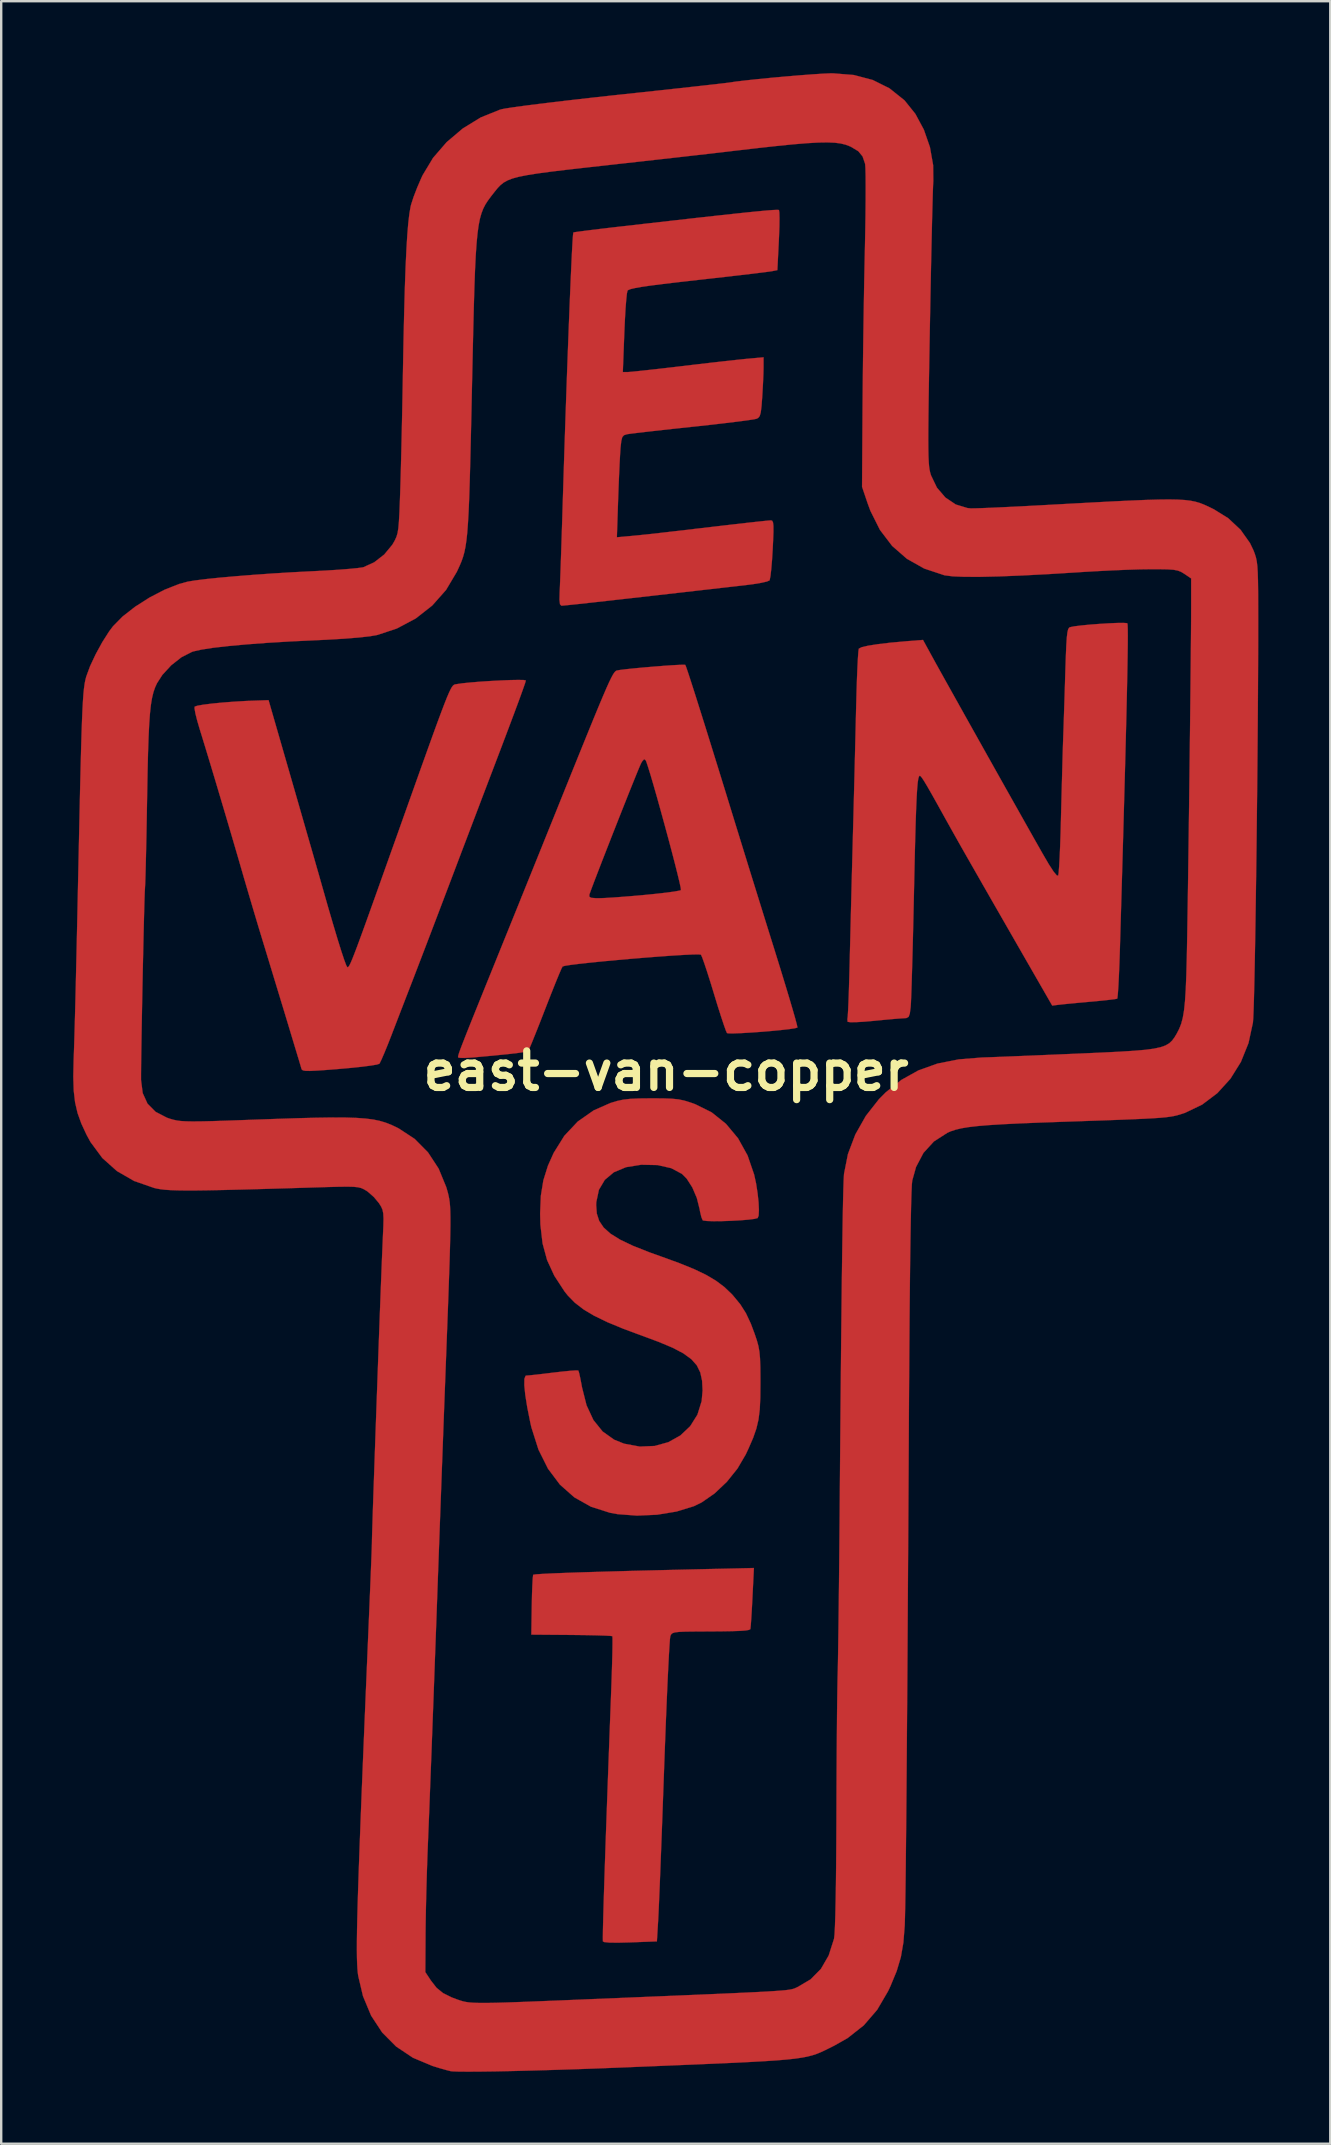
<source format=kicad_pcb>
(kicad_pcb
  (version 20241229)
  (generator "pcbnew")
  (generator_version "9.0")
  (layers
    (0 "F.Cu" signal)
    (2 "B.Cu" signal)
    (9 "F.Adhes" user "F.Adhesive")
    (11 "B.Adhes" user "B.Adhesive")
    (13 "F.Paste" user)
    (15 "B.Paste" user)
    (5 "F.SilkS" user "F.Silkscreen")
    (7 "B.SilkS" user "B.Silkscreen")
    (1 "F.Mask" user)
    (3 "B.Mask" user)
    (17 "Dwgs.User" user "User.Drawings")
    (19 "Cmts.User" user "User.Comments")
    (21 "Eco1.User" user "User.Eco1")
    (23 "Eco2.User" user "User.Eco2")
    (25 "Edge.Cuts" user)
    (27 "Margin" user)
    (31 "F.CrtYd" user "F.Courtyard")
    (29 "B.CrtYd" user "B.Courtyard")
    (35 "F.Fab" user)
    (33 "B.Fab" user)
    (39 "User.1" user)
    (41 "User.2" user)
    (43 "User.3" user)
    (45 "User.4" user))
  (footprint "east-van-copper"
    (layer "F.Cu")
    (at 24.709 41.583)
    (property "Reference" "east-van-copper" (at 0 0 0) (layer "F.SilkS") (effects (font (size 1.524 1.524) (thickness 0.3))))
    (attr through_hole)
    (fp_poly (pts (xy 3.6 21.979) (xy 3.577 22.422) (xy 3.554 22.801) (xy 3.534 23.085) (xy 3.518 23.245) (xy 3.513 23.269) (xy 3.451 23.299) (xy 3.318 23.322) (xy 3.093 23.339) (xy 2.757 23.35) (xy 2.29 23.358) (xy 1.712 23.362) (xy 1.183 23.365) (xy 0.798 23.37) (xy 0.534 23.382) (xy 0.364 23.403) (xy 0.265 23.437) (xy 0.212 23.486) (xy 0.181 23.553) (xy 0.179 23.558) (xy 0.163 23.675) (xy 0.143 23.945) (xy 0.119 24.355) (xy 0.091 24.89) (xy 0.06 25.533) (xy 0.028 26.272) (xy -0.006 27.089) (xy -0.04 27.972) (xy -0.075 28.903) (xy -0.081 29.083) (xy -0.116 30.049) (xy -0.15 30.989) (xy -0.183 31.885) (xy -0.215 32.719) (xy -0.244 33.473) (xy -0.271 34.131) (xy -0.294 34.673) (xy -0.312 35.082) (xy -0.325 35.341) (xy -0.325 35.348) (xy -0.381 36.28) (xy -1.503 36.322) (xy -2.005 36.335) (xy -2.367 36.33) (xy -2.578 36.308) (xy -2.631 36.28) (xy -2.633 36.118) (xy -2.629 35.792) (xy -2.617 35.305) (xy -2.599 34.663) (xy -2.574 33.868) (xy -2.543 32.926) (xy -2.506 31.841) (xy -2.462 30.617) (xy -2.413 29.259) (xy -2.358 27.771) (xy -2.297 26.157) (xy -2.285 25.831) (xy -2.264 25.234) (xy -2.247 24.694) (xy -2.235 24.234) (xy -2.23 23.876) (xy -2.23 23.643) (xy -2.237 23.559) (xy -2.329 23.547) (xy -2.564 23.535) (xy -2.916 23.524) (xy -3.358 23.515) (xy -3.865 23.509) (xy -3.944 23.508) (xy -5.614 23.495) (xy -5.595 22.268) (xy -5.586 21.83) (xy -5.572 21.456) (xy -5.557 21.175) (xy -5.541 21.02) (xy -5.535 21) (xy -5.435 20.984) (xy -5.171 20.965) (xy -4.746 20.944) (xy -4.165 20.921) (xy -3.432 20.896) (xy -2.551 20.87) (xy -1.527 20.841) (xy -0.363 20.812) (xy 0.935 20.781) (xy 0.963 20.78) (xy 3.662 20.718) (xy 3.6 21.979)) (stroke (width 0.01) (type solid)) (fill yes) (layer "F.Cu"))
    (fp_poly (pts (xy -5.938 -16.291) (xy -5.844 -16.274) (xy -5.843 -16.271) (xy -5.874 -16.16) (xy -5.966 -15.896) (xy -6.116 -15.481) (xy -6.324 -14.92) (xy -6.588 -14.218) (xy -6.906 -13.377) (xy -7.196 -12.615) (xy -7.405 -12.068) (xy -7.659 -11.4) (xy -7.944 -10.649) (xy -8.246 -9.854) (xy -8.551 -9.052) (xy -8.843 -8.281) (xy -8.933 -8.043) (xy -9.206 -7.325) (xy -9.484 -6.593) (xy -9.756 -5.878) (xy -10.01 -5.213) (xy -10.234 -4.628) (xy -10.415 -4.156) (xy -10.483 -3.979) (xy -10.7 -3.418) (xy -10.94 -2.797) (xy -11.177 -2.182) (xy -11.385 -1.642) (xy -11.43 -1.524) (xy -11.592 -1.11) (xy -11.739 -0.751) (xy -11.857 -0.477) (xy -11.934 -0.32) (xy -11.949 -0.297) (xy -12.056 -0.263) (xy -12.303 -0.222) (xy -12.663 -0.175) (xy -13.108 -0.128) (xy -13.593 -0.084) (xy -14.147 -0.04) (xy -14.555 -0.012) (xy -14.84 0.001) (xy -15.024 -0.002) (xy -15.13 -0.021) (xy -15.18 -0.056) (xy -15.193 -0.084) (xy -15.23 -0.211) (xy -15.31 -0.478) (xy -15.426 -0.862) (xy -15.571 -1.341) (xy -15.737 -1.892) (xy -15.919 -2.493) (xy -16.11 -3.121) (xy -16.303 -3.755) (xy -16.49 -4.371) (xy -16.665 -4.947) (xy -16.809 -5.419) (xy -16.994 -6.028) (xy -17.198 -6.71) (xy -17.401 -7.397) (xy -17.584 -8.019) (xy -17.652 -8.255) (xy -17.857 -8.962) (xy -18.083 -9.733) (xy -18.32 -10.538) (xy -18.56 -11.346) (xy -18.793 -12.129) (xy -19.011 -12.854) (xy -19.205 -13.493) (xy -19.365 -14.015) (xy -19.43 -14.224) (xy -19.537 -14.589) (xy -19.614 -14.894) (xy -19.651 -15.104) (xy -19.646 -15.181) (xy -19.533 -15.22) (xy -19.282 -15.264) (xy -18.924 -15.309) (xy -18.491 -15.351) (xy -18.012 -15.388) (xy -17.521 -15.417) (xy -17.279 -15.427) (xy -16.566 -15.452) (xy -15.564 -11.98) (xy -15.342 -11.21) (xy -15.127 -10.463) (xy -14.925 -9.76) (xy -14.741 -9.123) (xy -14.584 -8.574) (xy -14.458 -8.135) (xy -14.371 -7.828) (xy -14.348 -7.747) (xy -14.103 -6.887) (xy -13.883 -6.135) (xy -13.693 -5.5) (xy -13.534 -4.991) (xy -13.41 -4.618) (xy -13.324 -4.391) (xy -13.279 -4.318) (xy -13.255 -4.325) (xy -13.226 -4.352) (xy -13.189 -4.411) (xy -13.139 -4.515) (xy -13.072 -4.673) (xy -12.984 -4.897) (xy -12.869 -5.199) (xy -12.725 -5.59) (xy -12.546 -6.082) (xy -12.329 -6.686) (xy -12.069 -7.413) (xy -11.762 -8.275) (xy -11.403 -9.283) (xy -11.331 -9.483) (xy -10.912 -10.661) (xy -10.546 -11.689) (xy -10.229 -12.579) (xy -9.956 -13.34) (xy -9.725 -13.982) (xy -9.531 -14.515) (xy -9.369 -14.95) (xy -9.237 -15.297) (xy -9.13 -15.566) (xy -9.044 -15.767) (xy -8.975 -15.91) (xy -8.92 -16.005) (xy -8.873 -16.064) (xy -8.831 -16.095) (xy -8.791 -16.109) (xy -8.748 -16.117) (xy -8.733 -16.119) (xy -8.488 -16.155) (xy -8.149 -16.189) (xy -7.747 -16.222) (xy -7.315 -16.25) (xy -6.886 -16.273) (xy -6.491 -16.289) (xy -6.164 -16.295) (xy -5.938 -16.291)) (stroke (width 0.01) (type solid)) (fill yes) (layer "F.Cu"))
    (fp_poly (pts (xy -0.113 1.146) (xy 0.242 1.159) (xy 0.519 1.187) (xy 0.763 1.238) (xy 1.018 1.317) (xy 1.216 1.388) (xy 1.899 1.727) (xy 2.498 2.206) (xy 3.002 2.81) (xy 3.399 3.526) (xy 3.673 4.324) (xy 3.754 4.697) (xy 3.815 5.092) (xy 3.856 5.472) (xy 3.871 5.798) (xy 3.859 6.031) (xy 3.819 6.133) (xy 3.686 6.168) (xy 3.432 6.2) (xy 3.095 6.227) (xy 2.714 6.248) (xy 2.331 6.261) (xy 1.982 6.264) (xy 1.709 6.256) (xy 1.55 6.236) (xy 1.527 6.224) (xy 1.473 6.093) (xy 1.418 5.864) (xy 1.399 5.757) (xy 1.283 5.295) (xy 1.095 4.855) (xy 0.861 4.49) (xy 0.666 4.294) (xy 0.216 4.054) (xy -0.352 3.925) (xy -1.024 3.911) (xy -1.041 3.912) (xy -1.668 4.013) (xy -2.174 4.224) (xy -2.551 4.539) (xy -2.798 4.956) (xy -2.907 5.469) (xy -2.912 5.596) (xy -2.886 5.944) (xy -2.787 6.251) (xy -2.601 6.527) (xy -2.314 6.785) (xy -1.912 7.035) (xy -1.382 7.288) (xy -0.707 7.556) (xy -0.207 7.735) (xy 0.55 8.01) (xy 1.168 8.261) (xy 1.669 8.501) (xy 2.08 8.744) (xy 2.426 9.004) (xy 2.73 9.293) (xy 2.8 9.37) (xy 3.096 9.73) (xy 3.331 10.1) (xy 3.535 10.536) (xy 3.695 10.964) (xy 3.786 11.234) (xy 3.85 11.468) (xy 3.892 11.705) (xy 3.917 11.983) (xy 3.93 12.343) (xy 3.934 12.82) (xy 3.934 12.996) (xy 3.929 13.617) (xy 3.906 14.113) (xy 3.854 14.528) (xy 3.765 14.907) (xy 3.631 15.293) (xy 3.441 15.731) (xy 3.324 15.982) (xy 2.978 16.573) (xy 2.533 17.128) (xy 2.024 17.61) (xy 1.487 17.983) (xy 1.16 18.143) (xy 0.436 18.365) (xy -0.374 18.498) (xy -1.212 18.535) (xy -2.018 18.474) (xy -2.338 18.416) (xy -3.129 18.164) (xy -3.824 17.772) (xy -4.421 17.244) (xy -4.919 16.581) (xy -5.316 15.786) (xy -5.611 14.859) (xy -5.659 14.647) (xy -5.783 14.026) (xy -5.866 13.508) (xy -5.906 13.106) (xy -5.903 12.835) (xy -5.854 12.708) (xy -5.829 12.7) (xy -5.701 12.69) (xy -5.443 12.663) (xy -5.093 12.623) (xy -4.701 12.575) (xy -4.307 12.53) (xy -3.979 12.498) (xy -3.751 12.483) (xy -3.655 12.488) (xy -3.655 12.488) (xy -3.624 12.584) (xy -3.575 12.804) (xy -3.517 13.105) (xy -3.503 13.185) (xy -3.313 13.937) (xy -3.027 14.552) (xy -2.643 15.029) (xy -2.161 15.372) (xy -1.749 15.537) (xy -1.094 15.658) (xy -0.473 15.632) (xy 0.097 15.474) (xy 0.596 15.196) (xy 1.006 14.809) (xy 1.309 14.327) (xy 1.485 13.762) (xy 1.524 13.319) (xy 1.503 12.912) (xy 1.428 12.568) (xy 1.284 12.274) (xy 1.054 12.014) (xy 0.723 11.773) (xy 0.273 11.537) (xy -0.311 11.292) (xy -0.967 11.049) (xy -1.784 10.746) (xy -2.457 10.467) (xy -3.003 10.201) (xy -3.445 9.936) (xy -3.802 9.66) (xy -4.093 9.363) (xy -4.23 9.191) (xy -4.656 8.538) (xy -4.957 7.885) (xy -5.146 7.189) (xy -5.236 6.408) (xy -5.248 5.939) (xy -5.217 5.202) (xy -5.113 4.561) (xy -4.922 3.951) (xy -4.684 3.42) (xy -4.239 2.705) (xy -3.68 2.111) (xy -3.016 1.646) (xy -2.321 1.339) (xy -2.045 1.255) (xy -1.779 1.198) (xy -1.48 1.164) (xy -1.102 1.148) (xy -0.6 1.143) (xy -0.593 1.143) (xy -0.113 1.146)) (stroke (width 0.01) (type solid)) (fill yes) (layer "F.Cu"))
    (fp_poly (pts (xy 4.675 -35.885) (xy 4.707 -35.877) (xy 4.722 -35.777) (xy 4.728 -35.539) (xy 4.724 -35.196) (xy 4.709 -34.778) (xy 4.701 -34.598) (xy 4.64 -33.375) (xy 4.415 -33.33) (xy 4.28 -33.31) (xy 3.997 -33.274) (xy 3.589 -33.224) (xy 3.076 -33.164) (xy 2.481 -33.095) (xy 1.825 -33.021) (xy 1.327 -32.965) (xy 0.524 -32.874) (xy -0.126 -32.797) (xy -0.636 -32.732) (xy -1.022 -32.676) (xy -1.297 -32.627) (xy -1.478 -32.584) (xy -1.578 -32.543) (xy -1.607 -32.514) (xy -1.632 -32.392) (xy -1.66 -32.128) (xy -1.689 -31.753) (xy -1.715 -31.294) (xy -1.738 -30.781) (xy -1.739 -30.754) (xy -1.801 -29.125) (xy -1.599 -29.126) (xy -1.461 -29.136) (xy -1.18 -29.164) (xy -0.783 -29.207) (xy -0.295 -29.261) (xy 0.259 -29.325) (xy 0.677 -29.375) (xy 1.295 -29.448) (xy 1.897 -29.518) (xy 2.449 -29.58) (xy 2.919 -29.632) (xy 3.272 -29.669) (xy 3.408 -29.682) (xy 4.064 -29.741) (xy 4.064 -29.328) (xy 4.058 -29.055) (xy 4.042 -28.679) (xy 4.019 -28.261) (xy 4.008 -28.081) (xy 3.979 -27.695) (xy 3.948 -27.445) (xy 3.905 -27.296) (xy 3.843 -27.217) (xy 3.771 -27.179) (xy 3.642 -27.153) (xy 3.368 -27.112) (xy 2.971 -27.06) (xy 2.474 -27) (xy 1.9 -26.933) (xy 1.271 -26.864) (xy 1.096 -26.846) (xy 0.453 -26.777) (xy -0.143 -26.712) (xy -0.67 -26.653) (xy -1.104 -26.602) (xy -1.423 -26.564) (xy -1.603 -26.539) (xy -1.624 -26.536) (xy -1.75 -26.496) (xy -1.824 -26.415) (xy -1.866 -26.247) (xy -1.897 -25.966) (xy -1.914 -25.71) (xy -1.935 -25.324) (xy -1.957 -24.846) (xy -1.979 -24.315) (xy -1.996 -23.842) (xy -2.049 -22.241) (xy -1.469 -22.293) (xy -1.157 -22.323) (xy -0.732 -22.367) (xy -0.249 -22.421) (xy 0.237 -22.477) (xy 0.254 -22.479) (xy 1.296 -22.601) (xy 2.176 -22.704) (xy 2.9 -22.788) (xy 3.473 -22.853) (xy 3.902 -22.9) (xy 4.192 -22.93) (xy 4.35 -22.944) (xy 4.375 -22.945) (xy 4.426 -22.927) (xy 4.459 -22.858) (xy 4.475 -22.712) (xy 4.476 -22.464) (xy 4.462 -22.09) (xy 4.445 -21.738) (xy 4.418 -21.299) (xy 4.386 -20.918) (xy 4.353 -20.628) (xy 4.321 -20.463) (xy 4.311 -20.441) (xy 4.201 -20.395) (xy 3.961 -20.341) (xy 3.628 -20.286) (xy 3.325 -20.247) (xy 2.957 -20.205) (xy 2.462 -20.149) (xy 1.884 -20.083) (xy 1.265 -20.013) (xy 0.647 -19.942) (xy 0.55 -19.931) (xy -0.621 -19.798) (xy -1.627 -19.684) (xy -2.471 -19.589) (xy -3.156 -19.513) (xy -3.685 -19.455) (xy -4.061 -19.416) (xy -4.288 -19.394) (xy -4.362 -19.389) (xy -4.419 -19.448) (xy -4.441 -19.637) (xy -4.433 -19.96) (xy -4.422 -20.186) (xy -4.408 -20.556) (xy -4.39 -21.043) (xy -4.37 -21.622) (xy -4.349 -22.268) (xy -4.327 -22.954) (xy -4.317 -23.283) (xy -4.278 -24.533) (xy -4.239 -25.765) (xy -4.199 -26.967) (xy -4.159 -28.128) (xy -4.12 -29.237) (xy -4.081 -30.281) (xy -4.044 -31.249) (xy -4.009 -32.13) (xy -3.976 -32.912) (xy -3.946 -33.584) (xy -3.92 -34.135) (xy -3.897 -34.552) (xy -3.878 -34.824) (xy -3.863 -34.941) (xy -3.862 -34.944) (xy -3.774 -34.961) (xy -3.542 -34.993) (xy -3.192 -35.038) (xy -2.748 -35.092) (xy -2.234 -35.153) (xy -2.024 -35.177) (xy -0.762 -35.321) (xy 0.341 -35.446) (xy 1.294 -35.554) (xy 2.108 -35.644) (xy 2.791 -35.718) (xy 3.353 -35.778) (xy 3.803 -35.823) (xy 4.151 -35.856) (xy 4.406 -35.876) (xy 4.578 -35.885) (xy 4.675 -35.885)) (stroke (width 0.01) (type solid)) (fill yes) (layer "F.Cu"))
    (fp_poly (pts (xy 19.21 -18.661) (xy 19.226 -18.654) (xy 19.237 -18.589) (xy 19.243 -18.417) (xy 19.246 -18.134) (xy 19.243 -17.735) (xy 19.236 -17.216) (xy 19.225 -16.571) (xy 19.209 -15.796) (xy 19.188 -14.888) (xy 19.162 -13.841) (xy 19.131 -12.65) (xy 19.094 -11.311) (xy 19.053 -9.82) (xy 19.006 -8.172) (xy 18.953 -6.363) (xy 18.914 -5.014) (xy 18.895 -4.454) (xy 18.874 -3.953) (xy 18.853 -3.536) (xy 18.832 -3.225) (xy 18.813 -3.045) (xy 18.803 -3.01) (xy 18.702 -2.99) (xy 18.468 -2.961) (xy 18.132 -2.925) (xy 17.73 -2.887) (xy 17.693 -2.884) (xy 17.261 -2.845) (xy 16.867 -2.808) (xy 16.554 -2.777) (xy 16.367 -2.756) (xy 16.096 -2.722) (xy 14.725 -5.107) (xy 14.15 -6.109) (xy 13.651 -6.978) (xy 13.222 -7.727) (xy 12.854 -8.371) (xy 12.539 -8.922) (xy 12.27 -9.395) (xy 12.04 -9.803) (xy 11.84 -10.16) (xy 11.662 -10.479) (xy 11.604 -10.583) (xy 11.297 -11.136) (xy 11.061 -11.557) (xy 10.884 -11.865) (xy 10.757 -12.077) (xy 10.668 -12.212) (xy 10.609 -12.285) (xy 10.607 -12.286) (xy 10.572 -12.303) (xy 10.541 -12.269) (xy 10.513 -12.174) (xy 10.488 -12.007) (xy 10.466 -11.756) (xy 10.445 -11.409) (xy 10.425 -10.956) (xy 10.405 -10.385) (xy 10.385 -9.685) (xy 10.364 -8.844) (xy 10.342 -7.851) (xy 10.329 -7.239) (xy 10.31 -6.4) (xy 10.291 -5.6) (xy 10.272 -4.857) (xy 10.253 -4.19) (xy 10.236 -3.617) (xy 10.22 -3.157) (xy 10.206 -2.828) (xy 10.195 -2.649) (xy 10.194 -2.646) (xy 10.16 -2.386) (xy 10.11 -2.253) (xy 10.018 -2.203) (xy 9.921 -2.196) (xy 9.75 -2.185) (xy 9.453 -2.161) (xy 9.071 -2.126) (xy 8.652 -2.085) (xy 8.251 -2.05) (xy 7.914 -2.031) (xy 7.676 -2.03) (xy 7.569 -2.046) (xy 7.568 -2.048) (xy 7.558 -2.171) (xy 7.563 -2.18) (xy 7.574 -2.278) (xy 7.589 -2.523) (xy 7.605 -2.892) (xy 7.622 -3.363) (xy 7.638 -3.912) (xy 7.654 -4.518) (xy 7.654 -4.53) (xy 7.671 -5.205) (xy 7.691 -6.004) (xy 7.713 -6.885) (xy 7.736 -7.803) (xy 7.76 -8.713) (xy 7.783 -9.571) (xy 7.789 -9.821) (xy 7.812 -10.658) (xy 7.835 -11.564) (xy 7.859 -12.494) (xy 7.881 -13.402) (xy 7.902 -14.245) (xy 7.919 -14.976) (xy 7.924 -15.165) (xy 7.94 -15.781) (xy 7.958 -16.342) (xy 7.978 -16.827) (xy 7.998 -17.213) (xy 8.017 -17.477) (xy 8.034 -17.596) (xy 8.036 -17.598) (xy 8.154 -17.659) (xy 8.424 -17.722) (xy 8.832 -17.786) (xy 9.361 -17.848) (xy 9.993 -17.905) (xy 10.033 -17.909) (xy 10.71 -17.962) (xy 11.096 -17.257) (xy 11.252 -16.973) (xy 11.481 -16.561) (xy 11.771 -16.041) (xy 12.112 -15.431) (xy 12.491 -14.752) (xy 12.9 -14.023) (xy 13.325 -13.264) (xy 13.757 -12.494) (xy 14.185 -11.732) (xy 14.598 -10.999) (xy 14.984 -10.313) (xy 15.333 -9.694) (xy 15.634 -9.163) (xy 15.686 -9.07) (xy 15.955 -8.61) (xy 16.155 -8.303) (xy 16.285 -8.148) (xy 16.344 -8.139) (xy 16.363 -8.252) (xy 16.383 -8.511) (xy 16.405 -8.891) (xy 16.426 -9.371) (xy 16.445 -9.925) (xy 16.46 -10.499) (xy 16.477 -11.173) (xy 16.495 -11.86) (xy 16.513 -12.519) (xy 16.529 -13.113) (xy 16.544 -13.601) (xy 16.552 -13.843) (xy 16.568 -14.289) (xy 16.586 -14.854) (xy 16.607 -15.487) (xy 16.627 -16.136) (xy 16.644 -16.698) (xy 16.664 -17.293) (xy 16.683 -17.741) (xy 16.704 -18.061) (xy 16.729 -18.276) (xy 16.76 -18.406) (xy 16.8 -18.472) (xy 16.837 -18.493) (xy 17.017 -18.529) (xy 17.307 -18.565) (xy 17.668 -18.6) (xy 18.062 -18.63) (xy 18.451 -18.654) (xy 18.798 -18.669) (xy 19.063 -18.672) (xy 19.21 -18.661)) (stroke (width 0.01) (type solid)) (fill yes) (layer "F.Cu"))
    (fp_poly (pts (xy 0.803 -16.921) (xy 0.84 -16.828) (xy 0.923 -16.585) (xy 1.048 -16.201) (xy 1.213 -15.687) (xy 1.413 -15.054) (xy 1.646 -14.313) (xy 1.907 -13.474) (xy 2.194 -12.549) (xy 2.504 -11.547) (xy 2.696 -10.922) (xy 2.933 -10.153) (xy 3.207 -9.267) (xy 3.503 -8.309) (xy 3.81 -7.323) (xy 4.111 -6.355) (xy 4.394 -5.448) (xy 4.531 -5.011) (xy 4.748 -4.312) (xy 4.946 -3.665) (xy 5.121 -3.087) (xy 5.266 -2.595) (xy 5.378 -2.207) (xy 5.449 -1.941) (xy 5.476 -1.815) (xy 5.476 -1.807) (xy 5.371 -1.777) (xy 5.133 -1.741) (xy 4.797 -1.703) (xy 4.395 -1.664) (xy 3.963 -1.628) (xy 3.534 -1.598) (xy 3.143 -1.575) (xy 2.825 -1.563) (xy 2.612 -1.564) (xy 2.541 -1.576) (xy 2.495 -1.678) (xy 2.41 -1.915) (xy 2.295 -2.262) (xy 2.158 -2.691) (xy 2.009 -3.178) (xy 2 -3.209) (xy 1.85 -3.699) (xy 1.712 -4.133) (xy 1.594 -4.487) (xy 1.506 -4.732) (xy 1.456 -4.843) (xy 1.455 -4.844) (xy 1.354 -4.856) (xy 1.11 -4.852) (xy 0.745 -4.835) (xy 0.284 -4.807) (xy -0.249 -4.769) (xy -0.83 -4.724) (xy -1.435 -4.674) (xy -2.04 -4.621) (xy -2.62 -4.567) (xy -3.152 -4.513) (xy -3.611 -4.463) (xy -3.973 -4.418) (xy -4.215 -4.38) (xy -4.311 -4.352) (xy -4.362 -4.254) (xy -4.462 -4.021) (xy -4.603 -3.679) (xy -4.774 -3.251) (xy -4.966 -2.762) (xy -5.036 -2.582) (xy -5.231 -2.08) (xy -5.409 -1.631) (xy -5.558 -1.26) (xy -5.67 -0.99) (xy -5.735 -0.847) (xy -5.745 -0.831) (xy -5.858 -0.796) (xy -6.14 -0.752) (xy -6.59 -0.699) (xy -7.208 -0.637) (xy -7.992 -0.566) (xy -8.095 -0.557) (xy -8.374 -0.541) (xy -8.579 -0.542) (xy -8.657 -0.557) (xy -8.666 -0.572) (xy -8.667 -0.602) (xy -8.654 -0.659) (xy -8.625 -0.754) (xy -8.572 -0.901) (xy -8.493 -1.11) (xy -8.382 -1.394) (xy -8.235 -1.766) (xy -8.047 -2.236) (xy -7.813 -2.817) (xy -7.529 -3.521) (xy -7.189 -4.36) (xy -6.864 -5.165) (xy -6.516 -6.024) (xy -6.13 -6.978) (xy -6.018 -7.258) (xy -3.197 -7.258) (xy -3.115 -7.213) (xy -2.913 -7.198) (xy -2.798 -7.197) (xy -2.564 -7.205) (xy -2.202 -7.226) (xy -1.75 -7.26) (xy -1.246 -7.301) (xy -0.904 -7.332) (xy -0.423 -7.38) (xy -0.001 -7.428) (xy 0.333 -7.473) (xy 0.551 -7.512) (xy 0.622 -7.534) (xy 0.613 -7.625) (xy 0.564 -7.855) (xy 0.481 -8.201) (xy 0.371 -8.639) (xy 0.239 -9.147) (xy 0.092 -9.7) (xy -0.064 -10.275) (xy -0.222 -10.85) (xy -0.375 -11.4) (xy -0.519 -11.902) (xy -0.645 -12.332) (xy -0.749 -12.668) (xy -0.822 -12.886) (xy -0.849 -12.947) (xy -0.911 -12.993) (xy -0.996 -12.899) (xy -1.045 -12.81) (xy -1.104 -12.677) (xy -1.215 -12.409) (xy -1.368 -12.031) (xy -1.555 -11.566) (xy -1.765 -11.038) (xy -1.99 -10.47) (xy -2.22 -9.886) (xy -2.445 -9.31) (xy -2.658 -8.766) (xy -2.847 -8.276) (xy -3.005 -7.865) (xy -3.121 -7.556) (xy -3.187 -7.373) (xy -3.196 -7.345) (xy -3.197 -7.258) (xy -6.018 -7.258) (xy -5.725 -7.983) (xy -5.317 -8.993) (xy -4.926 -9.963) (xy -4.569 -10.847) (xy -4.386 -11.303) (xy -3.964 -12.351) (xy -3.599 -13.253) (xy -3.288 -14.02) (xy -3.026 -14.663) (xy -2.807 -15.193) (xy -2.627 -15.621) (xy -2.482 -15.957) (xy -2.366 -16.214) (xy -2.274 -16.402) (xy -2.203 -16.532) (xy -2.146 -16.614) (xy -2.1 -16.662) (xy -2.061 -16.684) (xy -1.93 -16.709) (xy -1.673 -16.741) (xy -1.325 -16.777) (xy -0.92 -16.815) (xy -0.492 -16.851) (xy -0.075 -16.884) (xy 0.296 -16.909) (xy 0.587 -16.924) (xy 0.765 -16.926) (xy 0.803 -16.921)) (stroke (width 0.01) (type solid)) (fill yes) (layer "F.Cu"))
    (fp_poly (pts (xy 7.827 -41.507) (xy 8.615 -41.299) (xy 9.312 -40.952) (xy 9.923 -40.464) (xy 9.949 -40.439) (xy 10.391 -39.888) (xy 10.746 -39.228) (xy 10.999 -38.501) (xy 11.132 -37.751) (xy 11.139 -37.092) (xy 11.13 -36.912) (xy 11.118 -36.578) (xy 11.105 -36.106) (xy 11.089 -35.513) (xy 11.073 -34.813) (xy 11.055 -34.023) (xy 11.037 -33.159) (xy 11.019 -32.235) (xy 11.001 -31.269) (xy 10.994 -30.903) (xy 10.974 -29.785) (xy 10.958 -28.823) (xy 10.945 -28.005) (xy 10.936 -27.317) (xy 10.931 -26.746) (xy 10.929 -26.28) (xy 10.932 -25.905) (xy 10.938 -25.608) (xy 10.949 -25.378) (xy 10.963 -25.199) (xy 10.983 -25.061) (xy 11.006 -24.948) (xy 11.035 -24.85) (xy 11.044 -24.821) (xy 11.29 -24.309) (xy 11.642 -23.898) (xy 12.075 -23.607) (xy 12.565 -23.458) (xy 12.704 -23.445) (xy 12.86 -23.446) (xy 13.162 -23.455) (xy 13.586 -23.472) (xy 14.108 -23.496) (xy 14.704 -23.525) (xy 15.351 -23.559) (xy 15.579 -23.571) (xy 16.75 -23.635) (xy 17.766 -23.69) (xy 18.638 -23.736) (xy 19.382 -23.771) (xy 20.008 -23.797) (xy 20.532 -23.812) (xy 20.966 -23.817) (xy 21.323 -23.81) (xy 21.616 -23.793) (xy 21.859 -23.764) (xy 22.064 -23.723) (xy 22.245 -23.67) (xy 22.416 -23.604) (xy 22.589 -23.526) (xy 22.777 -23.434) (xy 22.831 -23.408) (xy 23.431 -23.035) (xy 23.944 -22.555) (xy 24.337 -22.001) (xy 24.483 -21.696) (xy 24.54 -21.547) (xy 24.585 -21.404) (xy 24.619 -21.244) (xy 24.644 -21.045) (xy 24.66 -20.784) (xy 24.671 -20.441) (xy 24.677 -19.991) (xy 24.679 -19.413) (xy 24.68 -18.796) (xy 24.679 -17.909) (xy 24.676 -16.945) (xy 24.671 -15.918) (xy 24.664 -14.841) (xy 24.655 -13.728) (xy 24.645 -12.593) (xy 24.634 -11.448) (xy 24.621 -10.309) (xy 24.608 -9.188) (xy 24.594 -8.1) (xy 24.579 -7.058) (xy 24.564 -6.075) (xy 24.549 -5.166) (xy 24.533 -4.343) (xy 24.518 -3.622) (xy 24.503 -3.014) (xy 24.488 -2.535) (xy 24.474 -2.198) (xy 24.461 -2.015) (xy 24.461 -2.014) (xy 24.276 -1.159) (xy 23.959 -0.373) (xy 23.522 0.328) (xy 22.979 0.926) (xy 22.344 1.405) (xy 21.63 1.748) (xy 21.421 1.816) (xy 21.295 1.852) (xy 21.165 1.882) (xy 21.015 1.908) (xy 20.83 1.932) (xy 20.595 1.954) (xy 20.293 1.974) (xy 19.91 1.995) (xy 19.43 2.016) (xy 18.838 2.04) (xy 18.118 2.066) (xy 17.255 2.096) (xy 16.552 2.12) (xy 15.565 2.155) (xy 14.731 2.189) (xy 14.034 2.223) (xy 13.46 2.259) (xy 12.992 2.298) (xy 12.614 2.342) (xy 12.312 2.392) (xy 12.068 2.45) (xy 11.867 2.517) (xy 11.725 2.58) (xy 11.164 2.941) (xy 10.729 3.417) (xy 10.42 4.004) (xy 10.261 4.572) (xy 10.245 4.739) (xy 10.23 5.069) (xy 10.215 5.559) (xy 10.201 6.203) (xy 10.187 6.995) (xy 10.174 7.931) (xy 10.162 9.005) (xy 10.15 10.213) (xy 10.14 11.549) (xy 10.13 13.008) (xy 10.124 14.012) (xy 10.11 16.597) (xy 10.096 19.012) (xy 10.082 21.261) (xy 10.069 23.343) (xy 10.057 25.26) (xy 10.044 27.013) (xy 10.032 28.602) (xy 10.021 30.029) (xy 10.01 31.295) (xy 9.999 32.4) (xy 9.989 33.346) (xy 9.979 34.134) (xy 9.969 34.765) (xy 9.959 35.239) (xy 9.95 35.558) (xy 9.947 35.631) (xy 9.892 36.331) (xy 9.787 36.937) (xy 9.613 37.518) (xy 9.355 38.141) (xy 9.255 38.354) (xy 8.8 39.131) (xy 8.242 39.779) (xy 7.567 40.311) (xy 7.012 40.625) (xy 6.806 40.728) (xy 6.624 40.818) (xy 6.455 40.897) (xy 6.286 40.966) (xy 6.105 41.026) (xy 5.902 41.079) (xy 5.663 41.125) (xy 5.377 41.167) (xy 5.032 41.204) (xy 4.617 41.239) (xy 4.119 41.272) (xy 3.527 41.305) (xy 2.828 41.34) (xy 2.012 41.376) (xy 1.065 41.416) (xy -0.023 41.461) (xy -1.264 41.512) (xy -1.693 41.53) (xy -2.694 41.569) (xy -3.674 41.605) (xy -4.619 41.635) (xy -5.511 41.661) (xy -6.336 41.682) (xy -7.078 41.698) (xy -7.721 41.707) (xy -8.25 41.71) (xy -8.65 41.707) (xy -8.904 41.697) (xy -8.975 41.689) (xy -9.164 41.641) (xy -9.45 41.56) (xy -9.737 41.471) (xy -10.547 41.131) (xy -11.246 40.665) (xy -11.829 40.079) (xy -12.291 39.376) (xy -12.63 38.563) (xy -12.829 37.719) (xy -12.848 37.58) (xy -12.863 37.41) (xy -12.874 37.201) (xy -12.882 36.945) (xy -12.885 36.636) (xy -12.884 36.263) (xy -12.878 35.821) (xy -12.867 35.3) (xy -12.851 34.693) (xy -12.829 33.993) (xy -12.802 33.191) (xy -12.769 32.279) (xy -12.73 31.249) (xy -12.685 30.094) (xy -12.633 28.806) (xy -12.574 27.377) (xy -12.508 25.799) (xy -12.435 24.064) (xy -12.391 23.029) (xy -12.361 22.307) (xy -12.333 21.633) (xy -12.308 21.028) (xy -12.288 20.511) (xy -12.272 20.102) (xy -12.262 19.821) (xy -12.258 19.688) (xy -12.258 19.685) (xy -12.256 19.543) (xy -12.248 19.248) (xy -12.234 18.817) (xy -12.217 18.266) (xy -12.195 17.613) (xy -12.169 16.874) (xy -12.141 16.065) (xy -12.111 15.203) (xy -12.079 14.304) (xy -12.046 13.386) (xy -12.013 12.465) (xy -11.98 11.556) (xy -11.948 10.678) (xy -11.917 9.847) (xy -11.888 9.078) (xy -11.861 8.389) (xy -11.838 7.797) (xy -11.818 7.318) (xy -11.803 6.968) (xy -11.801 6.919) (xy -11.781 6.472) (xy -11.774 6.158) (xy -11.785 5.941) (xy -11.817 5.786) (xy -11.874 5.657) (xy -11.961 5.517) (xy -11.965 5.511) (xy -12.177 5.257) (xy -12.432 5.033) (xy -12.492 4.993) (xy -12.601 4.929) (xy -12.707 4.882) (xy -12.837 4.85) (xy -13.016 4.831) (xy -13.267 4.825) (xy -13.617 4.828) (xy -14.091 4.84) (xy -14.594 4.855) (xy -15.774 4.891) (xy -16.799 4.921) (xy -17.679 4.945) (xy -18.428 4.963) (xy -19.059 4.976) (xy -19.584 4.983) (xy -20.015 4.984) (xy -20.366 4.979) (xy -20.648 4.969) (xy -20.876 4.954) (xy -21.06 4.933) (xy -21.215 4.906) (xy -21.336 4.878) (xy -22.168 4.589) (xy -22.887 4.174) (xy -23.493 3.632) (xy -23.987 2.964) (xy -24.152 2.662) (xy -24.369 2.194) (xy -24.526 1.758) (xy -24.629 1.314) (xy -24.686 0.822) (xy -24.704 0.242) (xy -24.702 0.14) (xy -21.881 0.14) (xy -21.881 0.381) (xy -21.811 0.926) (xy -21.611 1.366) (xy -21.275 1.705) (xy -20.799 1.952) (xy -20.67 1.996) (xy -20.531 2.036) (xy -20.388 2.067) (xy -20.22 2.089) (xy -20.007 2.102) (xy -19.729 2.107) (xy -19.368 2.104) (xy -18.901 2.093) (xy -18.311 2.074) (xy -17.576 2.048) (xy -17.359 2.04) (xy -16.283 2.002) (xy -15.362 1.972) (xy -14.578 1.952) (xy -13.918 1.942) (xy -13.366 1.944) (xy -12.907 1.959) (xy -12.524 1.986) (xy -12.203 2.027) (xy -11.929 2.084) (xy -11.686 2.156) (xy -11.458 2.245) (xy -11.231 2.352) (xy -11.134 2.402) (xy -10.476 2.835) (xy -9.92 3.397) (xy -9.477 4.073) (xy -9.158 4.848) (xy -9.092 5.08) (xy -9.063 5.202) (xy -9.038 5.328) (xy -9.017 5.469) (xy -9.002 5.638) (xy -8.992 5.847) (xy -8.987 6.107) (xy -8.987 6.432) (xy -8.993 6.833) (xy -9.004 7.322) (xy -9.021 7.911) (xy -9.045 8.613) (xy -9.074 9.439) (xy -9.11 10.402) (xy -9.152 11.514) (xy -9.184 12.361) (xy -9.208 12.995) (xy -9.238 13.777) (xy -9.272 14.683) (xy -9.309 15.694) (xy -9.35 16.787) (xy -9.392 17.939) (xy -9.436 19.13) (xy -9.48 20.338) (xy -9.524 21.54) (xy -9.565 22.691) (xy -9.607 23.831) (xy -9.649 24.972) (xy -9.69 26.095) (xy -9.731 27.181) (xy -9.769 28.213) (xy -9.806 29.171) (xy -9.839 30.037) (xy -9.868 30.793) (xy -9.893 31.419) (xy -9.913 31.898) (xy -9.915 31.962) (xy -9.944 32.686) (xy -9.97 33.462) (xy -9.992 34.242) (xy -10.009 34.977) (xy -10.02 35.617) (xy -10.023 35.903) (xy -10.033 37.559) (xy -9.8 37.912) (xy -9.566 38.213) (xy -9.293 38.436) (xy -8.931 38.616) (xy -8.689 38.706) (xy -8.571 38.746) (xy -8.458 38.78) (xy -8.335 38.806) (xy -8.188 38.826) (xy -8.003 38.839) (xy -7.765 38.846) (xy -7.46 38.846) (xy -7.074 38.839) (xy -6.592 38.825) (xy -6.001 38.804) (xy -5.285 38.776) (xy -4.431 38.742) (xy -3.424 38.7) (xy -3.26 38.693) (xy -1.885 38.637) (xy -0.669 38.586) (xy 0.399 38.542) (xy 1.327 38.503) (xy 2.127 38.469) (xy 2.809 38.439) (xy 3.383 38.412) (xy 3.859 38.389) (xy 4.247 38.368) (xy 4.558 38.348) (xy 4.801 38.33) (xy 4.987 38.313) (xy 5.126 38.295) (xy 5.228 38.277) (xy 5.304 38.258) (xy 5.363 38.238) (xy 5.415 38.214) (xy 5.472 38.188) (xy 5.481 38.184) (xy 6.025 37.863) (xy 6.456 37.427) (xy 6.779 36.868) (xy 7 36.177) (xy 7.005 36.153) (xy 7.023 35.987) (xy 7.04 35.665) (xy 7.056 35.201) (xy 7.069 34.607) (xy 7.081 33.896) (xy 7.09 33.083) (xy 7.097 32.181) (xy 7.102 31.202) (xy 7.102 31.115) (xy 7.105 30.194) (xy 7.109 29.285) (xy 7.114 28.41) (xy 7.121 27.59) (xy 7.127 26.846) (xy 7.135 26.2) (xy 7.143 25.673) (xy 7.15 25.287) (xy 7.153 25.188) (xy 7.161 24.881) (xy 7.169 24.422) (xy 7.178 23.831) (xy 7.188 23.125) (xy 7.198 22.323) (xy 7.208 21.443) (xy 7.218 20.504) (xy 7.227 19.523) (xy 7.236 18.519) (xy 7.238 18.246) (xy 7.254 16.259) (xy 7.27 14.439) (xy 7.285 12.781) (xy 7.299 11.281) (xy 7.314 9.936) (xy 7.327 8.744) (xy 7.341 7.699) (xy 7.354 6.799) (xy 7.366 6.039) (xy 7.379 5.417) (xy 7.391 4.929) (xy 7.403 4.571) (xy 7.415 4.341) (xy 7.42 4.282) (xy 7.582 3.464) (xy 7.89 2.649) (xy 8.328 1.875) (xy 8.875 1.178) (xy 9.163 0.889) (xy 9.812 0.373) (xy 10.521 -0.022) (xy 11.313 -0.305) (xy 12.206 -0.481) (xy 13.166 -0.558) (xy 13.517 -0.57) (xy 14.008 -0.589) (xy 14.61 -0.613) (xy 15.295 -0.641) (xy 16.031 -0.672) (xy 16.792 -0.704) (xy 17.314 -0.726) (xy 18.189 -0.765) (xy 18.911 -0.801) (xy 19.497 -0.838) (xy 19.964 -0.878) (xy 20.328 -0.926) (xy 20.606 -0.986) (xy 20.816 -1.059) (xy 20.973 -1.151) (xy 21.094 -1.265) (xy 21.195 -1.403) (xy 21.285 -1.553) (xy 21.388 -1.753) (xy 21.472 -1.967) (xy 21.538 -2.217) (xy 21.59 -2.525) (xy 21.63 -2.91) (xy 21.661 -3.393) (xy 21.685 -3.996) (xy 21.705 -4.739) (xy 21.712 -5.08) (xy 21.722 -5.633) (xy 21.733 -6.316) (xy 21.746 -7.109) (xy 21.759 -7.995) (xy 21.772 -8.954) (xy 21.786 -9.967) (xy 21.8 -11.016) (xy 21.813 -12.083) (xy 21.826 -13.148) (xy 21.839 -14.192) (xy 21.85 -15.197) (xy 21.86 -16.145) (xy 21.869 -17.016) (xy 21.876 -17.791) (xy 21.882 -18.453) (xy 21.885 -18.981) (xy 21.886 -19.343) (xy 21.886 -20.525) (xy 21.599 -20.719) (xy 21.467 -20.799) (xy 21.328 -20.853) (xy 21.148 -20.887) (xy 20.891 -20.904) (xy 20.523 -20.91) (xy 20.202 -20.91) (xy 19.765 -20.904) (xy 19.207 -20.886) (xy 18.575 -20.86) (xy 17.917 -20.826) (xy 17.28 -20.789) (xy 17.23 -20.785) (xy 15.972 -20.707) (xy 14.86 -20.649) (xy 13.899 -20.61) (xy 13.091 -20.591) (xy 12.441 -20.592) (xy 11.951 -20.612) (xy 11.625 -20.653) (xy 11.596 -20.659) (xy 10.763 -20.936) (xy 10.039 -21.343) (xy 9.424 -21.88) (xy 8.916 -22.547) (xy 8.517 -23.345) (xy 8.404 -23.651) (xy 8.17 -24.342) (xy 8.191 -27.644) (xy 8.199 -28.57) (xy 8.21 -29.611) (xy 8.225 -30.714) (xy 8.242 -31.827) (xy 8.26 -32.898) (xy 8.28 -33.873) (xy 8.288 -34.229) (xy 8.303 -34.97) (xy 8.314 -35.668) (xy 8.32 -36.303) (xy 8.321 -36.853) (xy 8.319 -37.299) (xy 8.311 -37.62) (xy 8.299 -37.795) (xy 8.296 -37.808) (xy 8.192 -38.113) (xy 8.016 -38.329) (xy 7.723 -38.506) (xy 7.662 -38.535) (xy 7.485 -38.603) (xy 7.28 -38.653) (xy 7.032 -38.685) (xy 6.725 -38.698) (xy 6.344 -38.692) (xy 5.875 -38.665) (xy 5.303 -38.618) (xy 4.612 -38.549) (xy 3.787 -38.458) (xy 2.813 -38.345) (xy 2.54 -38.312) (xy 2.23 -38.276) (xy 1.776 -38.223) (xy 1.2 -38.158) (xy 0.525 -38.081) (xy -0.224 -37.997) (xy -1.025 -37.907) (xy -1.855 -37.815) (xy -2.371 -37.757) (xy -3.327 -37.651) (xy -4.131 -37.559) (xy -4.796 -37.479) (xy -5.34 -37.406) (xy -5.777 -37.337) (xy -6.122 -37.269) (xy -6.392 -37.197) (xy -6.6 -37.117) (xy -6.763 -37.027) (xy -6.896 -36.922) (xy -7.015 -36.799) (xy -7.134 -36.653) (xy -7.177 -36.598) (xy -7.311 -36.427) (xy -7.428 -36.267) (xy -7.531 -36.108) (xy -7.619 -35.936) (xy -7.694 -35.74) (xy -7.759 -35.509) (xy -7.813 -35.228) (xy -7.859 -34.888) (xy -7.898 -34.474) (xy -7.932 -33.977) (xy -7.961 -33.382) (xy -7.987 -32.679) (xy -8.011 -31.854) (xy -8.035 -30.897) (xy -8.06 -29.795) (xy -8.088 -28.536) (xy -8.088 -28.533) (xy -8.114 -27.311) (xy -8.139 -26.245) (xy -8.161 -25.324) (xy -8.183 -24.533) (xy -8.205 -23.862) (xy -8.229 -23.296) (xy -8.256 -22.823) (xy -8.285 -22.431) (xy -8.32 -22.107) (xy -8.36 -21.839) (xy -8.407 -21.612) (xy -8.462 -21.416) (xy -8.525 -21.237) (xy -8.599 -21.062) (xy -8.683 -20.879) (xy -8.722 -20.796) (xy -9.167 -20.048) (xy -9.743 -19.397) (xy -10.432 -18.856) (xy -11.219 -18.438) (xy -12.025 -18.171) (xy -12.337 -18.115) (xy -12.803 -18.063) (xy -13.406 -18.014) (xy -14.13 -17.971) (xy -14.584 -17.95) (xy -15.639 -17.9) (xy -16.608 -17.842) (xy -17.477 -17.777) (xy -18.234 -17.708) (xy -18.866 -17.636) (xy -19.358 -17.56) (xy -19.698 -17.484) (xy -19.762 -17.463) (xy -20.196 -17.241) (xy -20.624 -16.905) (xy -20.993 -16.504) (xy -21.216 -16.157) (xy -21.297 -15.979) (xy -21.365 -15.781) (xy -21.422 -15.545) (xy -21.47 -15.256) (xy -21.509 -14.897) (xy -21.541 -14.454) (xy -21.567 -13.91) (xy -21.59 -13.248) (xy -21.609 -12.453) (xy -21.626 -11.51) (xy -21.631 -11.218) (xy -21.644 -10.48) (xy -21.657 -9.781) (xy -21.671 -9.143) (xy -21.684 -8.587) (xy -21.696 -8.134) (xy -21.707 -7.807) (xy -21.717 -7.626) (xy -21.717 -7.62) (xy -21.726 -7.46) (xy -21.737 -7.152) (xy -21.749 -6.719) (xy -21.763 -6.181) (xy -21.778 -5.561) (xy -21.793 -4.88) (xy -21.809 -4.161) (xy -21.824 -3.424) (xy -21.838 -2.692) (xy -21.851 -1.986) (xy -21.862 -1.328) (xy -21.871 -0.74) (xy -21.878 -0.243) (xy -21.881 0.14) (xy -24.702 0.14) (xy -24.689 -0.462) (xy -24.677 -0.802) (xy -24.665 -1.156) (xy -24.654 -1.536) (xy -24.642 -1.956) (xy -24.629 -2.429) (xy -24.615 -2.968) (xy -24.6 -3.586) (xy -24.584 -4.296) (xy -24.565 -5.112) (xy -24.544 -6.045) (xy -24.521 -7.11) (xy -24.495 -8.32) (xy -24.469 -9.525) (xy -24.443 -10.726) (xy -24.42 -11.771) (xy -24.398 -12.67) (xy -24.378 -13.437) (xy -24.359 -14.084) (xy -24.34 -14.623) (xy -24.321 -15.066) (xy -24.301 -15.426) (xy -24.281 -15.714) (xy -24.258 -15.944) (xy -24.233 -16.127) (xy -24.205 -16.276) (xy -24.173 -16.402) (xy -24.165 -16.433) (xy -24.006 -16.865) (xy -23.772 -17.364) (xy -23.496 -17.869) (xy -23.211 -18.316) (xy -23.049 -18.532) (xy -22.647 -18.94) (xy -22.124 -19.348) (xy -21.528 -19.728) (xy -20.904 -20.052) (xy -20.3 -20.292) (xy -19.936 -20.391) (xy -19.624 -20.442) (xy -19.168 -20.499) (xy -18.594 -20.558) (xy -17.927 -20.617) (xy -17.193 -20.675) (xy -16.418 -20.73) (xy -15.626 -20.779) (xy -14.843 -20.82) (xy -14.732 -20.825) (xy -14.174 -20.854) (xy -13.655 -20.887) (xy -13.207 -20.922) (xy -12.858 -20.956) (xy -12.64 -20.987) (xy -12.606 -20.996) (xy -12.162 -21.198) (xy -11.745 -21.522) (xy -11.413 -21.923) (xy -11.376 -21.983) (xy -11.295 -22.128) (xy -11.234 -22.264) (xy -11.189 -22.419) (xy -11.156 -22.622) (xy -11.132 -22.901) (xy -11.111 -23.281) (xy -11.091 -23.793) (xy -11.082 -24.04) (xy -11.067 -24.513) (xy -11.05 -25.124) (xy -11.032 -25.841) (xy -11.014 -26.632) (xy -10.996 -27.465) (xy -10.98 -28.31) (xy -10.966 -29.083) (xy -10.941 -30.417) (xy -10.914 -31.59) (xy -10.886 -32.611) (xy -10.855 -33.489) (xy -10.82 -34.231) (xy -10.783 -34.846) (xy -10.742 -35.344) (xy -10.696 -35.732) (xy -10.646 -36.02) (xy -10.624 -36.11) (xy -10.521 -36.428) (xy -10.368 -36.824) (xy -10.194 -37.226) (xy -10.143 -37.334) (xy -9.71 -38.053) (xy -9.142 -38.71) (xy -8.469 -39.28) (xy -7.723 -39.738) (xy -6.934 -40.057) (xy -6.858 -40.079) (xy -6.684 -40.113) (xy -6.36 -40.162) (xy -5.903 -40.225) (xy -5.331 -40.298) (xy -4.662 -40.379) (xy -3.914 -40.467) (xy -3.105 -40.559) (xy -2.252 -40.653) (xy -1.99 -40.681) (xy -1.138 -40.772) (xy -0.333 -40.859) (xy 0.41 -40.94) (xy 1.073 -41.013) (xy 1.64 -41.076) (xy 2.095 -41.127) (xy 2.42 -41.165) (xy 2.599 -41.187) (xy 2.625 -41.19) (xy 2.904 -41.232) (xy 3.315 -41.281) (xy 3.821 -41.335) (xy 4.388 -41.391) (xy 4.978 -41.444) (xy 5.557 -41.493) (xy 6.088 -41.533) (xy 6.535 -41.562) (xy 6.862 -41.577) (xy 6.943 -41.578) (xy 7.827 -41.507)) (stroke (width 0.01) (type solid)) (fill yes) (layer "F.Cu")))
  (gr_rect
    (start -3 -3)
    (end 52.394 86.298)
    (stroke (width 0.1) (type default))
    (fill no)
    (layer "Edge.Cuts")))
</source>
